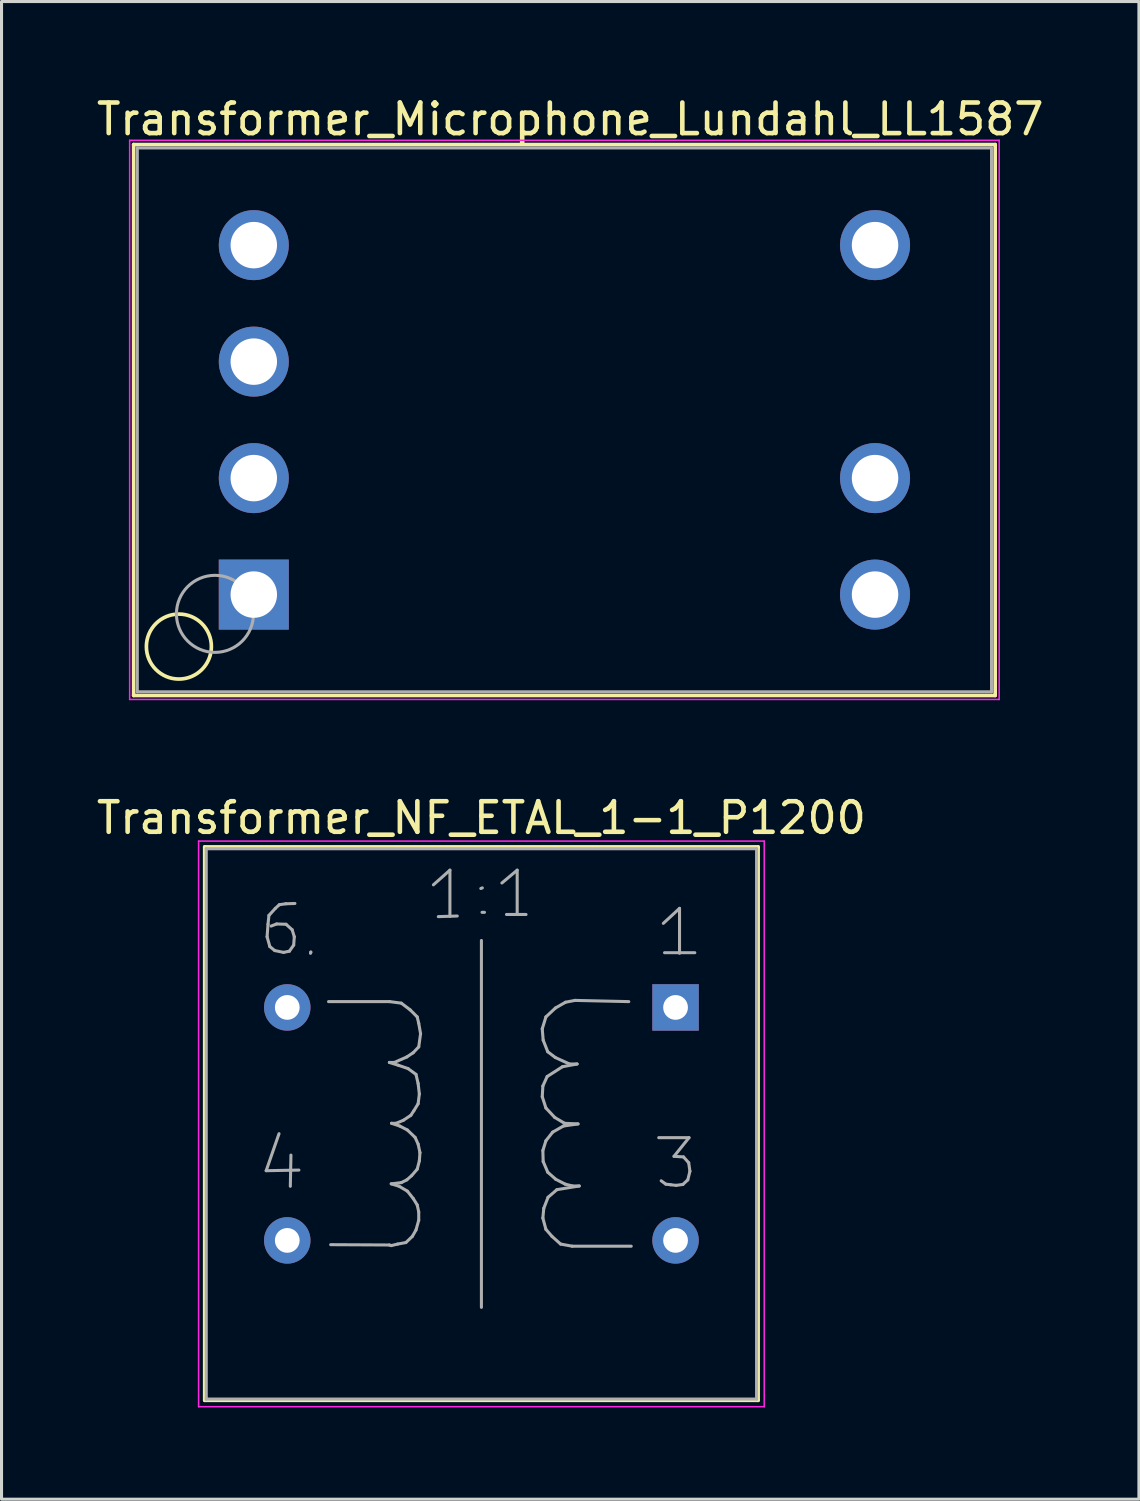
<source format=kicad_pcb>
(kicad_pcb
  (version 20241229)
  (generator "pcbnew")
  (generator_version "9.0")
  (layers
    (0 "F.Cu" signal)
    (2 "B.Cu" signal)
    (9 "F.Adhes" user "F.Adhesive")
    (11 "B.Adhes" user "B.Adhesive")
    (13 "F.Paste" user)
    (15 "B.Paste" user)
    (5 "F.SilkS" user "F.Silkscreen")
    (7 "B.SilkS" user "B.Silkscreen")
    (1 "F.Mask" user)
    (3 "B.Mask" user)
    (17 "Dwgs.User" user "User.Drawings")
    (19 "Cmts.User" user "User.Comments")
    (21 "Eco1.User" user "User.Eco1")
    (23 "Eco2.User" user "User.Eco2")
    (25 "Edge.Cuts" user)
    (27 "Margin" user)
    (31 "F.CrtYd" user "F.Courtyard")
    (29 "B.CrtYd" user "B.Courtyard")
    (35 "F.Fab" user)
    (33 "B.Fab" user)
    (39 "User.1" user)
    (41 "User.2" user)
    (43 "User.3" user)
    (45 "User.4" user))
  (footprint "Transformer_NF_ETAL_1-1_P1200"
    (layer "F.Cu")
    (at 19.046 29.901)
    (property "Reference" "Transformer_NF_ETAL_1-1_P1200" (at -6.35 -6.2 0) (layer "F.SilkS") (effects (font (size 1 1) (thickness 0.15))))
    (attr through_hole)
    (fp_line (start -15.4 -5.25) (end 2.7 -5.25) (stroke (width 0.12) (type solid)) (layer "F.SilkS"))
    (fp_line (start -15.4 12.85) (end -15.4 -5.25) (stroke (width 0.12) (type solid)) (layer "F.SilkS"))
    (fp_line (start 2.7 -5.25) (end 2.7 12.85) (stroke (width 0.12) (type solid)) (layer "F.SilkS"))
    (fp_line (start 2.7 12.85) (end -15.4 12.85) (stroke (width 0.12) (type solid)) (layer "F.SilkS"))
    (fp_line (start -15.6 -5.44) (end -15.6 13.06) (stroke (width 0.05) (type solid)) (layer "F.CrtYd"))
    (fp_line (start -15.6 -5.44) (end 2.9 -5.44) (stroke (width 0.05) (type solid)) (layer "F.CrtYd"))
    (fp_line (start 2.9 13.06) (end -15.6 13.06) (stroke (width 0.05) (type solid)) (layer "F.CrtYd"))
    (fp_line (start 2.9 13.06) (end 2.9 -5.44) (stroke (width 0.05) (type solid)) (layer "F.CrtYd"))
    (fp_line (start -15.35 -5.19) (end -15.35 12.81) (stroke (width 0.1) (type solid)) (layer "F.Fab"))
    (fp_line (start -15.35 12.81) (end 2.65 12.81) (stroke (width 0.1) (type solid)) (layer "F.Fab"))
    (fp_line (start -13.39 5.34) (end -12.32 5.32) (stroke (width 0.1) (type solid)) (layer "F.Fab"))
    (fp_line (start -13.36 -2.31) (end -13.27 -1.99) (stroke (width 0.1) (type solid)) (layer "F.Fab"))
    (fp_line (start -13.33 -2.72) (end -13.36 -2.31) (stroke (width 0.1) (type solid)) (layer "F.Fab"))
    (fp_line (start -13.3 -3.01) (end -13.33 -2.72) (stroke (width 0.1) (type solid)) (layer "F.Fab"))
    (fp_line (start -13.27 -1.99) (end -13.11 -1.86) (stroke (width 0.1) (type solid)) (layer "F.Fab"))
    (fp_line (start -13.11 -1.86) (end -12.82 -1.8) (stroke (width 0.1) (type solid)) (layer "F.Fab"))
    (fp_line (start -13.09 -3.24) (end -13.3 -3.01) (stroke (width 0.1) (type solid)) (layer "F.Fab"))
    (fp_line (start -13.05 -2.73) (end -13.23 -2.66) (stroke (width 0.1) (type solid)) (layer "F.Fab"))
    (fp_line (start -12.97 4.13) (end -13.39 5.34) (stroke (width 0.1) (type solid)) (layer "F.Fab"))
    (fp_line (start -12.96 -3.36) (end -13.09 -3.24) (stroke (width 0.1) (type solid)) (layer "F.Fab"))
    (fp_line (start -12.82 -1.8) (end -12.63 -1.84) (stroke (width 0.1) (type solid)) (layer "F.Fab"))
    (fp_line (start -12.75 -3.39) (end -12.96 -3.36) (stroke (width 0.1) (type solid)) (layer "F.Fab"))
    (fp_line (start -12.74 -2.72) (end -13.05 -2.73) (stroke (width 0.1) (type solid)) (layer "F.Fab"))
    (fp_line (start -12.63 -1.84) (end -12.49 -2.04) (stroke (width 0.1) (type solid)) (layer "F.Fab"))
    (fp_line (start -12.58 4.83) (end -12.6 5.85) (stroke (width 0.1) (type solid)) (layer "F.Fab"))
    (fp_line (start -12.54 -2.54) (end -12.74 -2.72) (stroke (width 0.1) (type solid)) (layer "F.Fab"))
    (fp_line (start -12.49 -2.04) (end -12.47 -2.31) (stroke (width 0.1) (type solid)) (layer "F.Fab"))
    (fp_line (start -12.47 -2.31) (end -12.54 -2.54) (stroke (width 0.1) (type solid)) (layer "F.Fab"))
    (fp_line (start -12.45 -3.4) (end -12.75 -3.39) (stroke (width 0.1) (type solid)) (layer "F.Fab"))
    (fp_line (start -11.94 -1.77) (end -11.93 -1.81) (stroke (width 0.1) (type solid)) (layer "F.Fab"))
    (fp_line (start -11.93 -1.81) (end -11.93 -1.8) (stroke (width 0.1) (type solid)) (layer "F.Fab"))
    (fp_line (start -11.35 -0.19) (end -9.35 -0.19) (stroke (width 0.1) (type solid)) (layer "F.Fab"))
    (fp_line (start -9.36 1.8) (end -9.07 1.89) (stroke (width 0.1) (type solid)) (layer "F.Fab"))
    (fp_line (start -9.36 7.77) (end -11.28 7.76) (stroke (width 0.1) (type solid)) (layer "F.Fab"))
    (fp_line (start -9.35 -0.19) (end -8.97 -0.14) (stroke (width 0.1) (type solid)) (layer "F.Fab"))
    (fp_line (start -9.3 5.77) (end -9.04 5.85) (stroke (width 0.1) (type solid)) (layer "F.Fab"))
    (fp_line (start -9.3 7.79) (end -9.36 7.77) (stroke (width 0.1) (type solid)) (layer "F.Fab"))
    (fp_line (start -9.29 3.79) (end -9.02 3.88) (stroke (width 0.1) (type solid)) (layer "F.Fab"))
    (fp_line (start -9.2 1.8) (end -9.36 1.8) (stroke (width 0.1) (type solid)) (layer "F.Fab"))
    (fp_line (start -9.14 3.79) (end -9.29 3.79) (stroke (width 0.1) (type solid)) (layer "F.Fab"))
    (fp_line (start -9.09 7.74) (end -9.3 7.79) (stroke (width 0.1) (type solid)) (layer "F.Fab"))
    (fp_line (start -9.07 1.89) (end -8.75 2) (stroke (width 0.1) (type solid)) (layer "F.Fab"))
    (fp_line (start -9.04 5.85) (end -8.77 6.01) (stroke (width 0.1) (type solid)) (layer "F.Fab"))
    (fp_line (start -9.02 3.88) (end -8.77 4.01) (stroke (width 0.1) (type solid)) (layer "F.Fab"))
    (fp_line (start -8.97 -0.14) (end -8.68 0.08) (stroke (width 0.1) (type solid)) (layer "F.Fab"))
    (fp_line (start -8.97 5.73) (end -9.3 5.77) (stroke (width 0.1) (type solid)) (layer "F.Fab"))
    (fp_line (start -8.9 3.69) (end -9.14 3.79) (stroke (width 0.1) (type solid)) (layer "F.Fab"))
    (fp_line (start -8.82 7.69) (end -9.09 7.74) (stroke (width 0.1) (type solid)) (layer "F.Fab"))
    (fp_line (start -8.79 1.62) (end -9.2 1.8) (stroke (width 0.1) (type solid)) (layer "F.Fab"))
    (fp_line (start -8.79 5.64) (end -8.97 5.73) (stroke (width 0.1) (type solid)) (layer "F.Fab"))
    (fp_line (start -8.77 4.01) (end -8.52 4.25) (stroke (width 0.1) (type solid)) (layer "F.Fab"))
    (fp_line (start -8.77 6.01) (end -8.58 6.25) (stroke (width 0.1) (type solid)) (layer "F.Fab"))
    (fp_line (start -8.75 2) (end -8.49 2.19) (stroke (width 0.1) (type solid)) (layer "F.Fab"))
    (fp_line (start -8.68 0.08) (end -8.45 0.31) (stroke (width 0.1) (type solid)) (layer "F.Fab"))
    (fp_line (start -8.66 3.53) (end -8.9 3.69) (stroke (width 0.1) (type solid)) (layer "F.Fab"))
    (fp_line (start -8.63 5.5) (end -8.79 5.64) (stroke (width 0.1) (type solid)) (layer "F.Fab"))
    (fp_line (start -8.61 7.49) (end -8.82 7.69) (stroke (width 0.1) (type solid)) (layer "F.Fab"))
    (fp_line (start -8.58 1.48) (end -8.79 1.62) (stroke (width 0.1) (type solid)) (layer "F.Fab"))
    (fp_line (start -8.58 6.25) (end -8.45 6.46) (stroke (width 0.1) (type solid)) (layer "F.Fab"))
    (fp_line (start -8.56 3.38) (end -8.66 3.53) (stroke (width 0.1) (type solid)) (layer "F.Fab"))
    (fp_line (start -8.52 4.25) (end -8.42 4.47) (stroke (width 0.1) (type solid)) (layer "F.Fab"))
    (fp_line (start -8.49 2.19) (end -8.42 2.49) (stroke (width 0.1) (type solid)) (layer "F.Fab"))
    (fp_line (start -8.49 7.28) (end -8.61 7.49) (stroke (width 0.1) (type solid)) (layer "F.Fab"))
    (fp_line (start -8.45 0.31) (end -8.4 0.52) (stroke (width 0.1) (type solid)) (layer "F.Fab"))
    (fp_line (start -8.45 5.29) (end -8.63 5.5) (stroke (width 0.1) (type solid)) (layer "F.Fab"))
    (fp_line (start -8.45 6.46) (end -8.4 6.69) (stroke (width 0.1) (type solid)) (layer "F.Fab"))
    (fp_line (start -8.42 2.49) (end -8.38 2.83) (stroke (width 0.1) (type solid)) (layer "F.Fab"))
    (fp_line (start -8.42 3.15) (end -8.56 3.38) (stroke (width 0.1) (type solid)) (layer "F.Fab"))
    (fp_line (start -8.42 4.47) (end -8.36 4.75) (stroke (width 0.1) (type solid)) (layer "F.Fab"))
    (fp_line (start -8.4 0.52) (end -8.34 0.86) (stroke (width 0.1) (type solid)) (layer "F.Fab"))
    (fp_line (start -8.4 1.29) (end -8.58 1.48) (stroke (width 0.1) (type solid)) (layer "F.Fab"))
    (fp_line (start -8.4 6.69) (end -8.4 6.96) (stroke (width 0.1) (type solid)) (layer "F.Fab"))
    (fp_line (start -8.4 6.96) (end -8.49 7.28) (stroke (width 0.1) (type solid)) (layer "F.Fab"))
    (fp_line (start -8.38 2.83) (end -8.42 3.15) (stroke (width 0.1) (type solid)) (layer "F.Fab"))
    (fp_line (start -8.38 5.02) (end -8.45 5.29) (stroke (width 0.1) (type solid)) (layer "F.Fab"))
    (fp_line (start -8.36 4.75) (end -8.38 5.02) (stroke (width 0.1) (type solid)) (layer "F.Fab"))
    (fp_line (start -8.34 0.86) (end -8.4 1.29) (stroke (width 0.1) (type solid)) (layer "F.Fab"))
    (fp_line (start -7.92 -4.01) (end -7.38 -4.49) (stroke (width 0.1) (type solid)) (layer "F.Fab"))
    (fp_line (start -7.76 -2.97) (end -7.14 -2.99) (stroke (width 0.1) (type solid)) (layer "F.Fab"))
    (fp_line (start -7.38 -4.49) (end -7.38 -2.98) (stroke (width 0.1) (type solid)) (layer "F.Fab"))
    (fp_line (start -6.35 -2.19) (end -6.35 9.81) (stroke (width 0.1) (type solid)) (layer "F.Fab"))
    (fp_line (start -6.32 -3.91) (end -6.37 -3.89) (stroke (width 0.1) (type solid)) (layer "F.Fab"))
    (fp_line (start -6.25 -3.11) (end -6.33 -3.11) (stroke (width 0.1) (type solid)) (layer "F.Fab"))
    (fp_line (start -5.68 -4.07) (end -5.18 -4.49) (stroke (width 0.1) (type solid)) (layer "F.Fab"))
    (fp_line (start -5.53 -3.04) (end -4.89 -3.04) (stroke (width 0.1) (type solid)) (layer "F.Fab"))
    (fp_line (start -5.18 -4.49) (end -5.18 -3.04) (stroke (width 0.1) (type solid)) (layer "F.Fab"))
    (fp_line (start -4.36 0.7) (end -4.33 1.07) (stroke (width 0.1) (type solid)) (layer "F.Fab"))
    (fp_line (start -4.36 2.92) (end -4.24 3.29) (stroke (width 0.1) (type solid)) (layer "F.Fab"))
    (fp_line (start -4.34 2.57) (end -4.36 2.92) (stroke (width 0.1) (type solid)) (layer "F.Fab"))
    (fp_line (start -4.34 4.68) (end -4.33 5.04) (stroke (width 0.1) (type solid)) (layer "F.Fab"))
    (fp_line (start -4.34 6.89) (end -4.24 7.26) (stroke (width 0.1) (type solid)) (layer "F.Fab"))
    (fp_line (start -4.33 1.07) (end -4.18 1.45) (stroke (width 0.1) (type solid)) (layer "F.Fab"))
    (fp_line (start -4.33 5.04) (end -4.18 5.39) (stroke (width 0.1) (type solid)) (layer "F.Fab"))
    (fp_line (start -4.31 6.57) (end -4.34 6.89) (stroke (width 0.1) (type solid)) (layer "F.Fab"))
    (fp_line (start -4.24 0.31) (end -4.36 0.7) (stroke (width 0.1) (type solid)) (layer "F.Fab"))
    (fp_line (start -4.24 3.29) (end -3.95 3.6) (stroke (width 0.1) (type solid)) (layer "F.Fab"))
    (fp_line (start -4.24 4.36) (end -4.34 4.68) (stroke (width 0.1) (type solid)) (layer "F.Fab"))
    (fp_line (start -4.24 7.26) (end -4.04 7.49) (stroke (width 0.1) (type solid)) (layer "F.Fab"))
    (fp_line (start -4.2 2.26) (end -4.34 2.57) (stroke (width 0.1) (type solid)) (layer "F.Fab"))
    (fp_line (start -4.18 1.45) (end -3.93 1.64) (stroke (width 0.1) (type solid)) (layer "F.Fab"))
    (fp_line (start -4.18 5.39) (end -3.92 5.62) (stroke (width 0.1) (type solid)) (layer "F.Fab"))
    (fp_line (start -4.17 6.21) (end -4.31 6.57) (stroke (width 0.1) (type solid)) (layer "F.Fab"))
    (fp_line (start -4.04 7.49) (end -3.76 7.74) (stroke (width 0.1) (type solid)) (layer "F.Fab"))
    (fp_line (start -4.02 4.08) (end -4.24 4.36) (stroke (width 0.1) (type solid)) (layer "F.Fab"))
    (fp_line (start -3.95 3.6) (end -3.63 3.79) (stroke (width 0.1) (type solid)) (layer "F.Fab"))
    (fp_line (start -3.93 0.02) (end -4.24 0.31) (stroke (width 0.1) (type solid)) (layer "F.Fab"))
    (fp_line (start -3.93 1.64) (end -3.47 1.85) (stroke (width 0.1) (type solid)) (layer "F.Fab"))
    (fp_line (start -3.92 5.62) (end -3.61 5.78) (stroke (width 0.1) (type solid)) (layer "F.Fab"))
    (fp_line (start -3.88 5.96) (end -4.17 6.21) (stroke (width 0.1) (type solid)) (layer "F.Fab"))
    (fp_line (start -3.76 7.74) (end -3.38 7.81) (stroke (width 0.1) (type solid)) (layer "F.Fab"))
    (fp_line (start -3.7 1.94) (end -4.2 2.26) (stroke (width 0.1) (type solid)) (layer "F.Fab"))
    (fp_line (start -3.67 3.88) (end -4.02 4.08) (stroke (width 0.1) (type solid)) (layer "F.Fab"))
    (fp_line (start -3.63 3.79) (end -3.19 3.81) (stroke (width 0.1) (type solid)) (layer "F.Fab"))
    (fp_line (start -3.61 5.78) (end -3.37 5.84) (stroke (width 0.1) (type solid)) (layer "F.Fab"))
    (fp_line (start -3.6 -0.17) (end -3.93 0.02) (stroke (width 0.1) (type solid)) (layer "F.Fab"))
    (fp_line (start -3.47 1.85) (end -3.22 1.85) (stroke (width 0.1) (type solid)) (layer "F.Fab"))
    (fp_line (start -3.38 7.81) (end -1.45 7.81) (stroke (width 0.1) (type solid)) (layer "F.Fab"))
    (fp_line (start -3.37 5.84) (end -3.15 5.84) (stroke (width 0.1) (type solid)) (layer "F.Fab"))
    (fp_line (start -3.29 -0.23) (end -3.6 -0.17) (stroke (width 0.1) (type solid)) (layer "F.Fab"))
    (fp_line (start -3.22 1.85) (end -3.7 1.94) (stroke (width 0.1) (type solid)) (layer "F.Fab"))
    (fp_line (start -3.19 3.81) (end -3.67 3.88) (stroke (width 0.1) (type solid)) (layer "F.Fab"))
    (fp_line (start -3.15 5.84) (end -3.88 5.96) (stroke (width 0.1) (type solid)) (layer "F.Fab"))
    (fp_line (start -1.53 -0.19) (end -3.29 -0.23) (stroke (width 0.1) (type solid)) (layer "F.Fab"))
    (fp_line (start -0.55 4.26) (end 0.44 4.26) (stroke (width 0.1) (type solid)) (layer "F.Fab"))
    (fp_line (start -0.4 -2.75) (end 0.13 -3.24) (stroke (width 0.1) (type solid)) (layer "F.Fab"))
    (fp_line (start -0.36 -1.79) (end 0.63 -1.79) (stroke (width 0.1) (type solid)) (layer "F.Fab"))
    (fp_line (start -0.32 5.78) (end -0.47 5.67) (stroke (width 0.1) (type solid)) (layer "F.Fab"))
    (fp_line (start -0.16 5.8) (end -0.32 5.78) (stroke (width 0.1) (type solid)) (layer "F.Fab"))
    (fp_line (start -0.05 4.87) (end 0.26 4.89) (stroke (width 0.1) (type solid)) (layer "F.Fab"))
    (fp_line (start 0.02 5.82) (end -0.16 5.8) (stroke (width 0.1) (type solid)) (layer "F.Fab"))
    (fp_line (start 0.13 -3.24) (end 0.13 -1.77) (stroke (width 0.1) (type solid)) (layer "F.Fab"))
    (fp_line (start 0.24 5.79) (end 0.02 5.82) (stroke (width 0.1) (type solid)) (layer "F.Fab"))
    (fp_line (start 0.26 4.89) (end 0.43 5.08) (stroke (width 0.1) (type solid)) (layer "F.Fab"))
    (fp_line (start 0.4 5.64) (end 0.24 5.79) (stroke (width 0.1) (type solid)) (layer "F.Fab"))
    (fp_line (start 0.43 5.08) (end 0.47 5.36) (stroke (width 0.1) (type solid)) (layer "F.Fab"))
    (fp_line (start 0.44 4.26) (end -0.05 4.87) (stroke (width 0.1) (type solid)) (layer "F.Fab"))
    (fp_line (start 0.47 5.36) (end 0.4 5.64) (stroke (width 0.1) (type solid)) (layer "F.Fab"))
    (fp_line (start 2.65 -5.19) (end -15.35 -5.19) (stroke (width 0.1) (type solid)) (layer "F.Fab"))
    (fp_line (start 2.65 12.81) (end 2.65 -5.19) (stroke (width 0.1) (type solid)) (layer "F.Fab"))
    (pad "1" thru_hole rect (at 0 0) (size 1.52 1.52) (drill 0.81) (layers "*.Cu" "*.Mask"))
    (pad "3" thru_hole circle (at 0 7.62) (size 1.52 1.52) (drill 0.81) (layers "*.Cu" "*.Mask"))
    (pad "4" thru_hole circle (at -12.7 7.62) (size 1.52 1.52) (drill 0.81) (layers "*.Cu" "*.Mask"))
    (pad "6" thru_hole circle (at -12.7 0) (size 1.52 1.52) (drill 0.81) (layers "*.Cu" "*.Mask")))
  (footprint "Transformer_Microphone_Lundahl_LL1587"
    (layer "F.Cu")
    (at 5.251 16.398)
    (property "Reference" "Transformer_Microphone_Lundahl_LL1587" (at 10.35 -15.55 0) (layer "F.SilkS") (effects (font (size 1 1) (thickness 0.15))))
    (attr through_hole)
    (fp_line (start -3.93 -14.72) (end -3.93 3.3) (stroke (width 0.12) (type solid)) (layer "F.SilkS"))
    (fp_line (start -3.93 -14.72) (end 24.25 -14.72) (stroke (width 0.12) (type solid)) (layer "F.SilkS"))
    (fp_line (start 24.25 3.3) (end -3.93 3.3) (stroke (width 0.12) (type solid)) (layer "F.SilkS"))
    (fp_line (start 24.25 3.3) (end 24.25 -14.72) (stroke (width 0.12) (type solid)) (layer "F.SilkS"))
    (fp_circle (center -2.45 1.7) (end -1.75 2.5) (stroke (width 0.12) (type solid)) (fill no) (layer "F.SilkS"))
    (fp_line (start -4.06 -14.86) (end -4.06 3.43) (stroke (width 0.05) (type solid)) (layer "F.CrtYd"))
    (fp_line (start -4.06 -14.86) (end 24.38 -14.86) (stroke (width 0.05) (type solid)) (layer "F.CrtYd"))
    (fp_line (start 24.38 3.43) (end -4.06 3.43) (stroke (width 0.05) (type solid)) (layer "F.CrtYd"))
    (fp_line (start 24.38 3.43) (end 24.38 -14.86) (stroke (width 0.05) (type solid)) (layer "F.CrtYd"))
    (fp_line (start -3.81 -14.61) (end -3.81 3.18) (stroke (width 0.1) (type solid)) (layer "F.Fab"))
    (fp_line (start -3.81 3.18) (end 24.13 3.18) (stroke (width 0.1) (type solid)) (layer "F.Fab"))
    (fp_line (start 24.13 -14.61) (end -3.81 -14.61) (stroke (width 0.1) (type solid)) (layer "F.Fab"))
    (fp_line (start 24.13 -5.71) (end 24.13 -14.61) (stroke (width 0.1) (type solid)) (layer "F.Fab"))
    (fp_line (start 24.13 3.18) (end 24.13 -5.71) (stroke (width 0.1) (type solid)) (layer "F.Fab"))
    (fp_circle (center -1.27 0.63) (end -1.27 -0.63) (stroke (width 0.1) (type solid)) (fill no) (layer "F.Fab"))
    (pad "1" thru_hole rect (at 0 0) (size 2.29 2.29) (drill 1.52) (layers "*.Cu" "*.Mask"))
    (pad "2" thru_hole circle (at 0 -3.81) (size 2.29 2.29) (drill 1.52) (layers "*.Cu" "*.Mask"))
    (pad "3" thru_hole circle (at 0 -7.62) (size 2.29 2.29) (drill 1.52) (layers "*.Cu" "*.Mask"))
    (pad "4" thru_hole circle (at 0 -11.43) (size 2.29 2.29) (drill 1.52) (layers "*.Cu" "*.Mask"))
    (pad "5" thru_hole circle (at 20.32 0) (size 2.29 2.29) (drill 1.52) (layers "*.Cu" "*.Mask"))
    (pad "6" thru_hole circle (at 20.32 -3.81) (size 2.29 2.29) (drill 1.52) (layers "*.Cu" "*.Mask"))
    (pad "8" thru_hole circle (at 20.32 -11.43) (size 2.29 2.29) (drill 1.52) (layers "*.Cu" "*.Mask")))
  (gr_rect
    (start -3 -3)
    (end 34.202 45.986)
    (stroke (width 0.1) (type default))
    (fill no)
    (layer "Edge.Cuts")))
</source>
